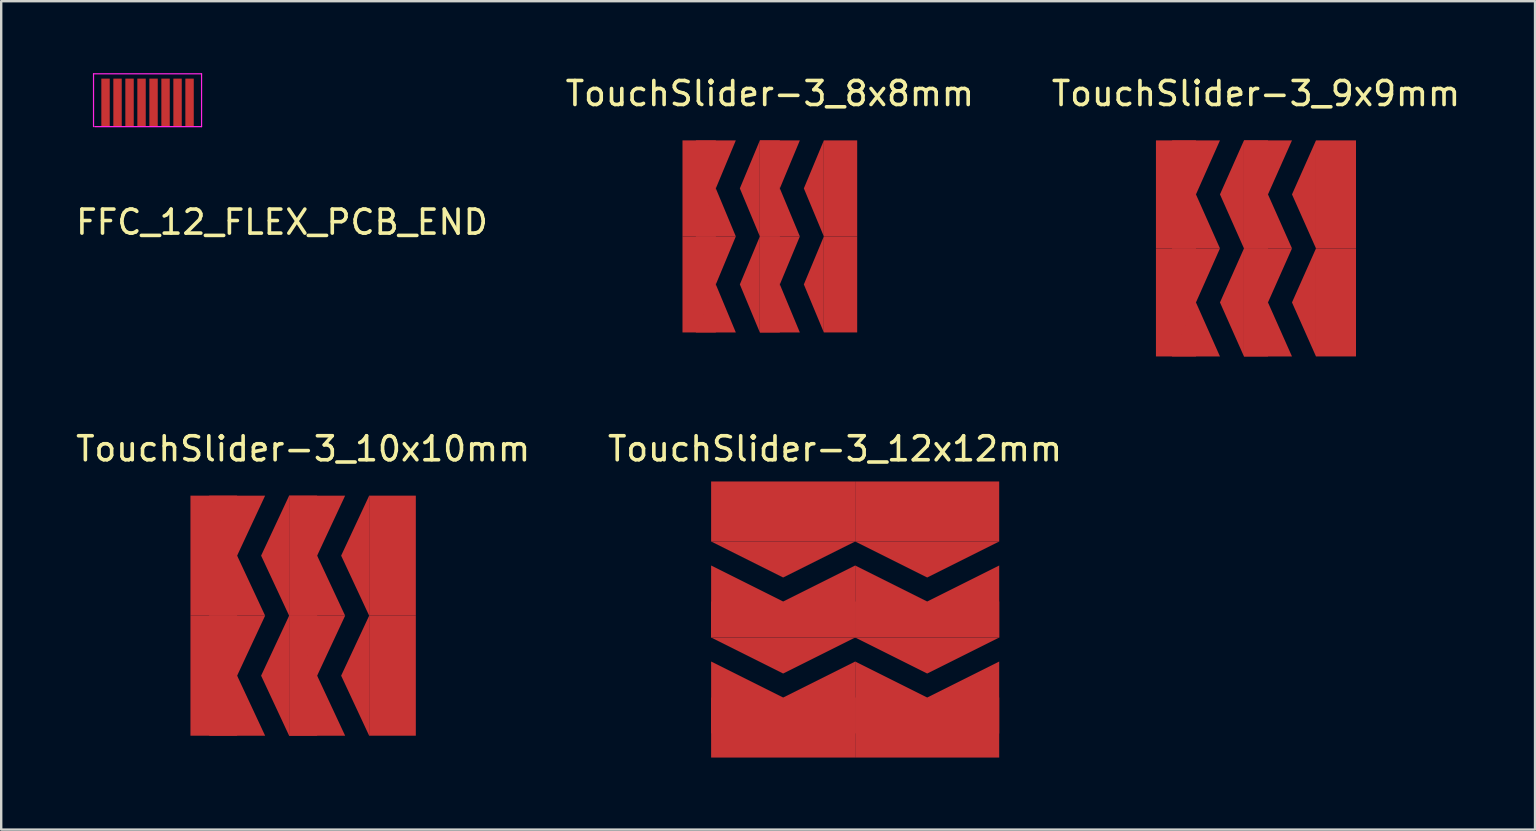
<source format=kicad_pcb>
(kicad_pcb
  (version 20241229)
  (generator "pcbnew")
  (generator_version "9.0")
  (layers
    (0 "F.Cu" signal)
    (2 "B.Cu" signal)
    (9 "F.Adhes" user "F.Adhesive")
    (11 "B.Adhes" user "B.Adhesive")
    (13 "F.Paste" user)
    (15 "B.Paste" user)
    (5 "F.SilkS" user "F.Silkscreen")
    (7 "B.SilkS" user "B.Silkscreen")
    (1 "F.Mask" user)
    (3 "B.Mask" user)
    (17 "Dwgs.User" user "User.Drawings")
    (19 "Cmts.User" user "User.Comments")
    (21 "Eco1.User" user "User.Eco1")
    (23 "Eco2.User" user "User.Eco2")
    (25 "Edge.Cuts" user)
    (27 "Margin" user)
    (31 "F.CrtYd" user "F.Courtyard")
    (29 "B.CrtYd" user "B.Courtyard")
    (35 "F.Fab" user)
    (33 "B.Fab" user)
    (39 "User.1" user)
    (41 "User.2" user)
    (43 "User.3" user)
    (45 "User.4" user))
  (footprint "TouchSlider-3_10x10mm"
    (layer "F.Cu")
    (at 9.577 22.596)
    (property "Reference" "TouchSlider-3_10x10mm" (at 0 -6.95 0) (layer "F.SilkS") (effects (font (size 1 1) (thickness 0.15))))
    (attr through_hole)
    (pad "1" smd rect (at -3.722 -2.5) (size 1.944 5) (layers "F.Cu" "F.Mask"))
    (pad "1" smd rect (at -3.722 2.5) (size 1.944 5) (layers "F.Cu" "F.Mask"))
    (pad "1" smd trapezoid (at -2.75 -3.75) (size 1.167 2.5) (rect_delta 0 -1.167) (layers "F.Cu" "F.Mask"))
    (pad "1" smd trapezoid (at -2.75 -1.25) (size 1.167 2.5) (rect_delta 0 1.167) (layers "F.Cu" "F.Mask"))
    (pad "1" smd trapezoid (at -2.75 1.25) (size 1.167 2.5) (rect_delta 0 -1.167) (layers "F.Cu" "F.Mask"))
    (pad "1" smd trapezoid (at -2.75 3.75) (size 1.167 2.5) (rect_delta 0 1.167) (layers "F.Cu" "F.Mask"))
    (pad "2" smd trapezoid (at -1.167 -2.5) (size 1.167 2.5) (rect_delta -2.5 0) (layers "F.Cu" "F.Mask"))
    (pad "2" smd trapezoid (at -1.167 2.5) (size 1.167 2.5) (rect_delta -2.5 0) (layers "F.Cu" "F.Mask"))
    (pad "2" smd rect (at 0 -2.5) (size 1.167 5) (layers "F.Cu" "F.Mask"))
    (pad "2" smd rect (at 0 2.5) (size 1.167 5) (layers "F.Cu" "F.Mask"))
    (pad "2" smd trapezoid (at 0.583 -3.75) (size 1.167 2.5) (rect_delta 0 -1.167) (layers "F.Cu" "F.Mask"))
    (pad "2" smd trapezoid (at 0.583 -1.25) (size 1.167 2.5) (rect_delta 0 1.167) (layers "F.Cu" "F.Mask"))
    (pad "2" smd trapezoid (at 0.583 1.25) (size 1.167 2.5) (rect_delta 0 -1.167) (layers "F.Cu" "F.Mask"))
    (pad "2" smd trapezoid (at 0.583 3.75) (size 1.167 2.5) (rect_delta 0 1.167) (layers "F.Cu" "F.Mask"))
    (pad "3" smd trapezoid (at 2.167 -2.5) (size 1.167 2.5) (rect_delta -2.5 0) (layers "F.Cu" "F.Mask"))
    (pad "3" smd trapezoid (at 2.167 2.5) (size 1.167 2.5) (rect_delta -2.5 0) (layers "F.Cu" "F.Mask"))
    (pad "3" smd rect (at 3.722 -2.5) (size 1.944 5) (layers "F.Cu" "F.Mask"))
    (pad "3" smd rect (at 3.722 2.5) (size 1.944 5) (layers "F.Cu" "F.Mask")))
  (footprint "FFC_12_FLEX_PCB_END"
    (layer "F.Cu")
    (at 4.096 1.025)
    (property "Reference" "FFC_12_FLEX_PCB_END" (at 4.6 5.18 0) (layer "F.SilkS") (effects (font (size 1 1) (thickness 0.15))))
    (attr through_hole)
    (fp_line (start -3.25 -1) (end 1.25 -1) (stroke (width 0.05) (type solid)) (layer "F.CrtYd"))
    (fp_line (start -3.25 1.2) (end -3.25 -1) (stroke (width 0.05) (type solid)) (layer "F.CrtYd"))
    (fp_line (start -3.2 1.2) (end 1.25 1.2) (stroke (width 0.05) (type solid)) (layer "F.CrtYd"))
    (fp_line (start 1.25 1.2) (end 1.25 -1) (stroke (width 0.05) (type solid)) (layer "F.CrtYd"))
    (pad "1" smd rect (at -2.75 0.2 180) (size 0.35 2) (layers "F.Cu" "F.Mask" "F.Paste"))
    (pad "2" smd rect (at -2.25 0.2 180) (size 0.35 2) (layers "F.Cu" "F.Mask" "F.Paste"))
    (pad "3" smd rect (at -1.75 0.2 180) (size 0.35 2) (layers "F.Cu" "F.Mask" "F.Paste"))
    (pad "4" smd rect (at -1.25 0.2 180) (size 0.35 2) (layers "F.Cu" "F.Mask" "F.Paste"))
    (pad "5" smd rect (at -0.75 0.2 180) (size 0.35 2) (layers "F.Cu" "F.Mask" "F.Paste"))
    (pad "6" smd rect (at -0.25 0.2 180) (size 0.35 2) (layers "F.Cu" "F.Mask" "F.Paste"))
    (pad "7" smd rect (at 0.25 0.2 180) (size 0.35 2) (layers "F.Cu" "F.Mask" "F.Paste"))
    (pad "8" smd rect (at 0.75 0.2 180) (size 0.35 2) (layers "F.Cu" "F.Mask" "F.Paste")))
  (footprint "TouchSlider-3_12x12mm"
    (layer "F.Cu")
    (at 31.732 23.596)
    (property "Reference" "TouchSlider-3_12x12mm" (at 0 -7.95 0) (layer "F.SilkS") (effects (font (size 1 1) (thickness 0.15))))
    (attr through_hole)
    (pad "1" smd trapezoid (at -3.66 2.41 90) (size 1.5 3) (rect_delta 0 -1.5) (layers "F.Cu" "F.Mask"))
    (pad "1" smd rect (at -2.16 3.66 90) (size 2.5 6) (layers "F.Cu" "F.Mask"))
    (pad "1" smd trapezoid (at -0.66 2.41 90) (size 1.5 3) (rect_delta 0 1.5) (layers "F.Cu" "F.Mask"))
    (pad "1" smd trapezoid (at 2.34 2.41 90) (size 1.5 3) (rect_delta 0 -1.5) (layers "F.Cu" "F.Mask"))
    (pad "1" smd rect (at 3.84 3.66 90) (size 2.5 6) (layers "F.Cu" "F.Mask"))
    (pad "1" smd trapezoid (at 5.34 2.41 90) (size 1.5 3) (rect_delta 0 1.5) (layers "F.Cu" "F.Mask"))
    (pad "2" smd trapezoid (at -3.66 -1.59 90) (size 1.5 3) (rect_delta 0 -1.5) (layers "F.Cu" "F.Mask"))
    (pad "2" smd rect (at -2.16 -0.84 90) (size 1.5 6) (layers "F.Cu" "F.Mask"))
    (pad "2" smd trapezoid (at -2.16 0.66 90) (size 1.5 3) (rect_delta -3 0) (layers "F.Cu" "F.Mask"))
    (pad "2" smd trapezoid (at -0.66 -1.59 90) (size 1.5 3) (rect_delta 0 1.5) (layers "F.Cu" "F.Mask"))
    (pad "2" smd trapezoid (at 2.34 -1.59 90) (size 1.5 3) (rect_delta 0 -1.5) (layers "F.Cu" "F.Mask"))
    (pad "2" smd rect (at 3.84 -0.84 90) (size 1.5 6) (layers "F.Cu" "F.Mask"))
    (pad "2" smd trapezoid (at 3.84 0.66 90) (size 1.5 3) (rect_delta -3 0) (layers "F.Cu" "F.Mask"))
    (pad "2" smd trapezoid (at 5.34 -1.59 90) (size 1.5 3) (rect_delta 0 1.5) (layers "F.Cu" "F.Mask"))
    (pad "3" smd rect (at -2.16 -5.34 90) (size 2.5 6) (layers "F.Cu" "F.Mask"))
    (pad "3" smd trapezoid (at -2.16 -3.34 90) (size 1.5 3) (rect_delta -3 0) (layers "F.Cu" "F.Mask"))
    (pad "3" smd rect (at 3.84 -5.34 90) (size 2.5 6) (layers "F.Cu" "F.Mask"))
    (pad "3" smd trapezoid (at 3.84 -3.34 90) (size 1.5 3) (rect_delta -3 0) (layers "F.Cu" "F.Mask")))
  (footprint "TouchSlider-3_9x9mm"
    (layer "F.Cu")
    (at 49.268 7.298)
    (property "Reference" "TouchSlider-3_9x9mm" (at 0 -6.45 0) (layer "F.SilkS") (effects (font (size 1 1) (thickness 0.15))))
    (attr through_hole)
    (pad "1" smd rect (at -3.333 -2.25) (size 1.667 4.5) (layers "F.Cu" "F.Mask"))
    (pad "1" smd rect (at -3.333 2.25) (size 1.667 4.5) (layers "F.Cu" "F.Mask"))
    (pad "1" smd trapezoid (at -2.5 -3.375) (size 1 2.25) (rect_delta 0 -1) (layers "F.Cu" "F.Mask"))
    (pad "1" smd trapezoid (at -2.5 -1.125) (size 1 2.25) (rect_delta 0 1) (layers "F.Cu" "F.Mask"))
    (pad "1" smd trapezoid (at -2.5 1.125) (size 1 2.25) (rect_delta 0 -1) (layers "F.Cu" "F.Mask"))
    (pad "1" smd trapezoid (at -2.5 3.375) (size 1 2.25) (rect_delta 0 1) (layers "F.Cu" "F.Mask"))
    (pad "2" smd trapezoid (at -1 -2.25) (size 1 2.25) (rect_delta -2.25 0) (layers "F.Cu" "F.Mask"))
    (pad "2" smd trapezoid (at -1 2.25) (size 1 2.25) (rect_delta -2.25 0) (layers "F.Cu" "F.Mask"))
    (pad "2" smd rect (at 0 -2.25) (size 1 4.5) (layers "F.Cu" "F.Mask"))
    (pad "2" smd rect (at 0 2.25) (size 1 4.5) (layers "F.Cu" "F.Mask"))
    (pad "2" smd trapezoid (at 0.5 -3.375) (size 1 2.25) (rect_delta 0 -1) (layers "F.Cu" "F.Mask"))
    (pad "2" smd trapezoid (at 0.5 -1.125) (size 1 2.25) (rect_delta 0 1) (layers "F.Cu" "F.Mask"))
    (pad "2" smd trapezoid (at 0.5 1.125) (size 1 2.25) (rect_delta 0 -1) (layers "F.Cu" "F.Mask"))
    (pad "2" smd trapezoid (at 0.5 3.375) (size 1 2.25) (rect_delta 0 1) (layers "F.Cu" "F.Mask"))
    (pad "3" smd trapezoid (at 2 -2.25) (size 1 2.25) (rect_delta -2.25 0) (layers "F.Cu" "F.Mask"))
    (pad "3" smd trapezoid (at 2 2.25) (size 1 2.25) (rect_delta -2.25 0) (layers "F.Cu" "F.Mask"))
    (pad "3" smd rect (at 3.333 -2.25) (size 1.667 4.5) (layers "F.Cu" "F.Mask"))
    (pad "3" smd rect (at 3.333 2.25) (size 1.667 4.5) (layers "F.Cu" "F.Mask")))
  (footprint "TouchSlider-3_8x8mm"
    (layer "F.Cu")
    (at 29.018 6.798)
    (property "Reference" "TouchSlider-3_8x8mm" (at 0 -5.95 0) (layer "F.SilkS") (effects (font (size 1 1) (thickness 0.15))))
    (attr through_hole)
    (pad "1" smd rect (at -2.944 -2) (size 1.389 4) (layers "F.Cu" "F.Mask"))
    (pad "1" smd rect (at -2.944 2) (size 1.389 4) (layers "F.Cu" "F.Mask"))
    (pad "1" smd trapezoid (at -2.25 -3) (size 0.833 2) (rect_delta 0 -0.833) (layers "F.Cu" "F.Mask"))
    (pad "1" smd trapezoid (at -2.25 -1) (size 0.833 2) (rect_delta 0 0.833) (layers "F.Cu" "F.Mask"))
    (pad "1" smd trapezoid (at -2.25 1) (size 0.833 2) (rect_delta 0 -0.833) (layers "F.Cu" "F.Mask"))
    (pad "1" smd trapezoid (at -2.25 3) (size 0.833 2) (rect_delta 0 0.833) (layers "F.Cu" "F.Mask"))
    (pad "2" smd trapezoid (at -0.833 -2) (size 0.833 2) (rect_delta -2 0) (layers "F.Cu" "F.Mask"))
    (pad "2" smd trapezoid (at -0.833 2) (size 0.833 2) (rect_delta -2 0) (layers "F.Cu" "F.Mask"))
    (pad "2" smd rect (at 0 -2) (size 0.833 4) (layers "F.Cu" "F.Mask"))
    (pad "2" smd rect (at 0 2) (size 0.833 4) (layers "F.Cu" "F.Mask"))
    (pad "2" smd trapezoid (at 0.417 -3) (size 0.833 2) (rect_delta 0 -0.833) (layers "F.Cu" "F.Mask"))
    (pad "2" smd trapezoid (at 0.417 -1) (size 0.833 2) (rect_delta 0 0.833) (layers "F.Cu" "F.Mask"))
    (pad "2" smd trapezoid (at 0.417 1) (size 0.833 2) (rect_delta 0 -0.833) (layers "F.Cu" "F.Mask"))
    (pad "2" smd trapezoid (at 0.417 3) (size 0.833 2) (rect_delta 0 0.833) (layers "F.Cu" "F.Mask"))
    (pad "3" smd trapezoid (at 1.833 -2) (size 0.833 2) (rect_delta -2 0) (layers "F.Cu" "F.Mask"))
    (pad "3" smd trapezoid (at 1.833 2) (size 0.833 2) (rect_delta -2 0) (layers "F.Cu" "F.Mask"))
    (pad "3" smd rect (at 2.944 -2) (size 1.389 4) (layers "F.Cu" "F.Mask"))
    (pad "3" smd rect (at 2.944 2) (size 1.389 4) (layers "F.Cu" "F.Mask")))
  (gr_rect
    (start -3 -3)
    (end 60.893 31.506)
    (stroke (width 0.1) (type default))
    (fill no)
    (layer "Edge.Cuts")))
</source>
